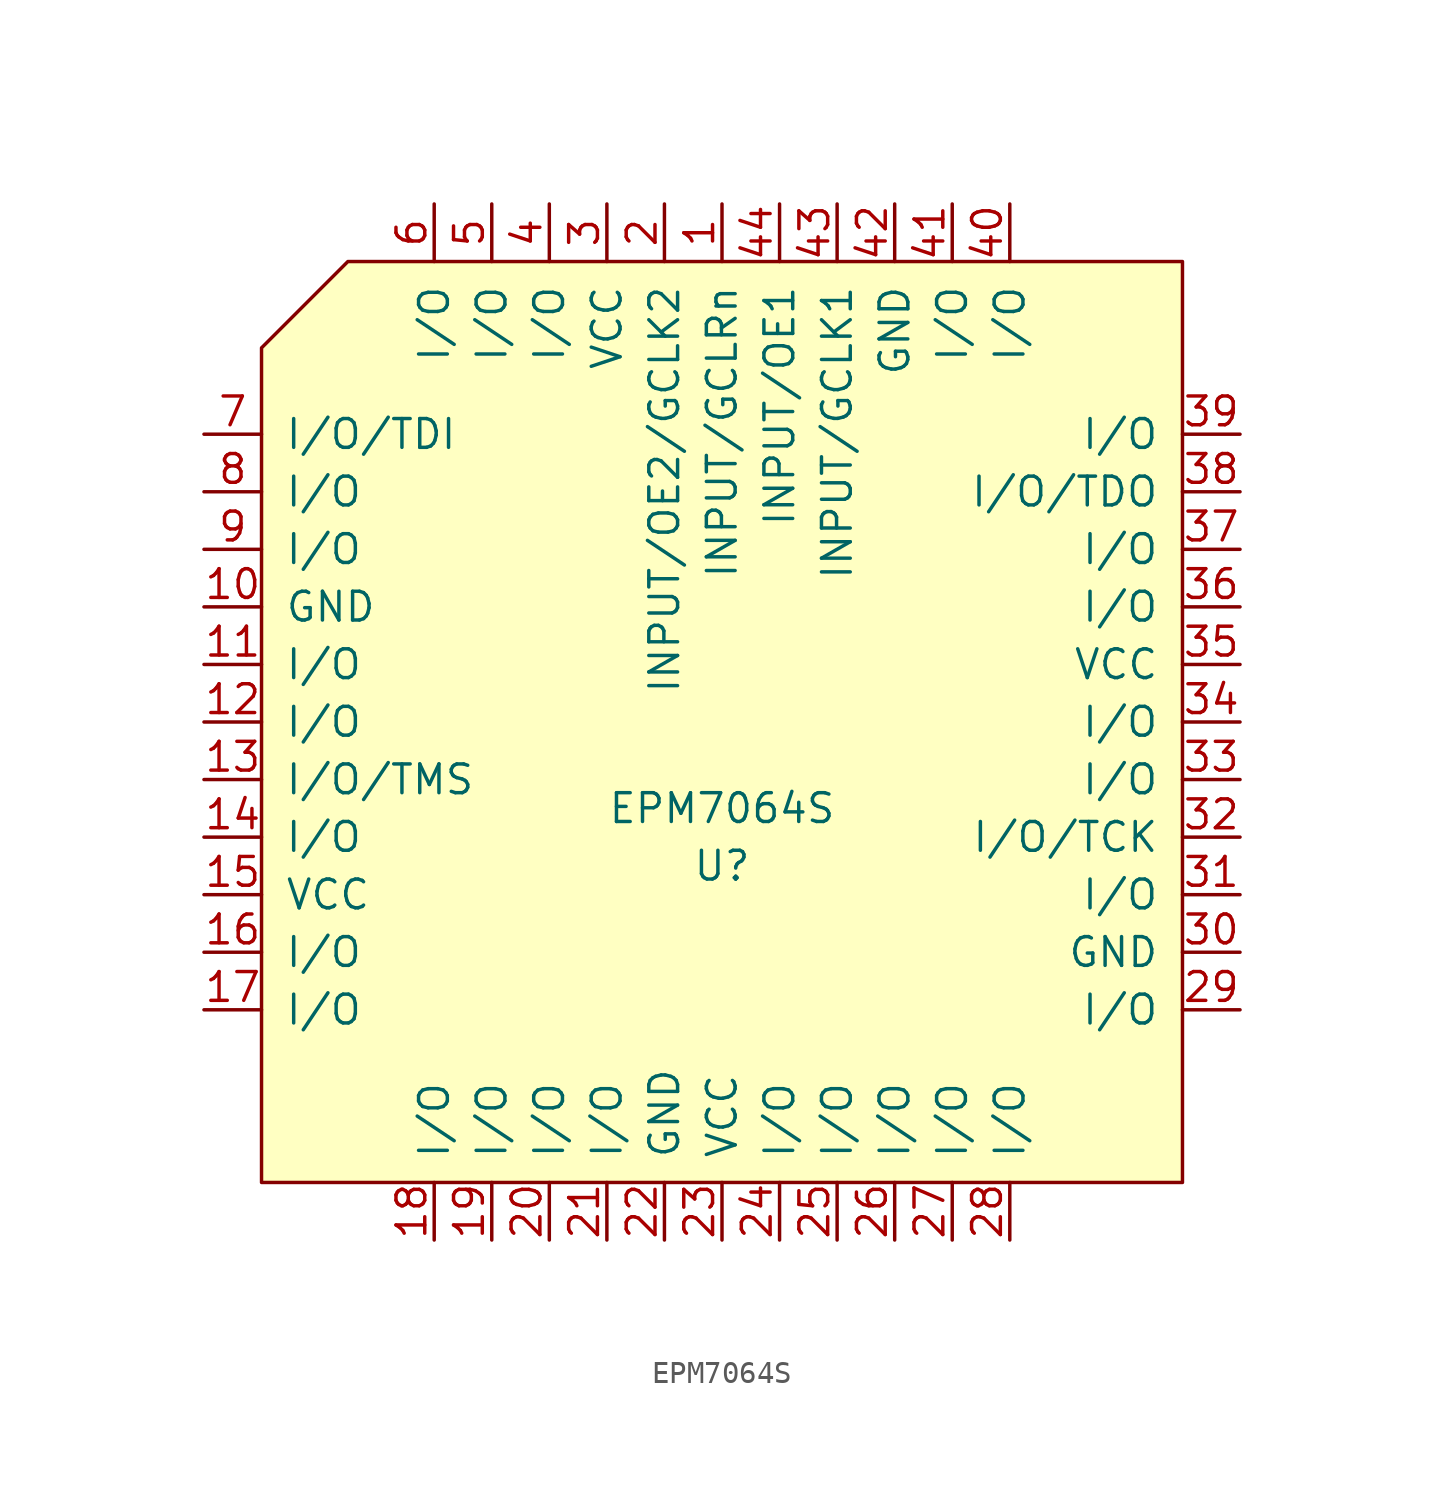
<source format=kicad_sym>
(kicad_symbol_lib
  (version 20220914)
  (generator kicad_symbol_editor)
  (symbol "EPM7064S"
    (pin_names
      (offset 1.016))
    (property "Reference" "U"
      (at 0 -6.35 0)
      (effects (font (size 1.27 1.27))))
    (property "Value" "EPM7064S"
      (at 0 -3.81 0)
      (effects (font (size 1.27 1.27))))
    (symbol "EPM7064S_0_1"
      (polyline (pts (xy 20.32 20.32) (xy 20.32 -20.32) (xy -20.32 -20.32) (xy -20.32 16.51) (xy -16.51 20.32) (xy 20.32 20.32)) (stroke (width 0) (type solid)) (fill (type background))))
    (symbol "EPM7064S_1_1"
      (pin input line (at 0 22.86 270) (length 2.54) (name "INPUT/GCLRn" (effects (font (size 1.27 1.27)))) (number "1" (effects (font (size 1.27 1.27)))))
      (pin power_in line (at -22.86 5.08 0) (length 2.54) (name "GND" (effects (font (size 1.27 1.27)))) (number "10" (effects (font (size 1.27 1.27)))))
      (pin bidirectional line (at -22.86 2.54 0) (length 2.54) (name "I/O" (effects (font (size 1.27 1.27)))) (number "11" (effects (font (size 1.27 1.27)))))
      (pin bidirectional line (at -22.86 0 0) (length 2.54) (name "I/O" (effects (font (size 1.27 1.27)))) (number "12" (effects (font (size 1.27 1.27)))))
      (pin bidirectional line (at -22.86 -2.54 0) (length 2.54) (name "I/O/TMS" (effects (font (size 1.27 1.27)))) (number "13" (effects (font (size 1.27 1.27)))))
      (pin bidirectional line (at -22.86 -5.08 0) (length 2.54) (name "I/O" (effects (font (size 1.27 1.27)))) (number "14" (effects (font (size 1.27 1.27)))))
      (pin power_in line (at -22.86 -7.62 0) (length 2.54) (name "VCC" (effects (font (size 1.27 1.27)))) (number "15" (effects (font (size 1.27 1.27)))))
      (pin bidirectional line (at -22.86 -10.16 0) (length 2.54) (name "I/O" (effects (font (size 1.27 1.27)))) (number "16" (effects (font (size 1.27 1.27)))))
      (pin bidirectional line (at -22.86 -12.7 0) (length 2.54) (name "I/O" (effects (font (size 1.27 1.27)))) (number "17" (effects (font (size 1.27 1.27)))))
      (pin input line (at -12.7 -22.86 90) (length 2.54) (name "I/O" (effects (font (size 1.27 1.27)))) (number "18" (effects (font (size 1.27 1.27)))))
      (pin input line (at -10.16 -22.86 90) (length 2.54) (name "I/O" (effects (font (size 1.27 1.27)))) (number "19" (effects (font (size 1.27 1.27)))))
      (pin input line (at -2.54 22.86 270) (length 2.54) (name "INPUT/OE2/GCLK2" (effects (font (size 1.27 1.27)))) (number "2" (effects (font (size 1.27 1.27)))))
      (pin input line (at -7.62 -22.86 90) (length 2.54) (name "I/O" (effects (font (size 1.27 1.27)))) (number "20" (effects (font (size 1.27 1.27)))))
      (pin input line (at -5.08 -22.86 90) (length 2.54) (name "I/O" (effects (font (size 1.27 1.27)))) (number "21" (effects (font (size 1.27 1.27)))))
      (pin power_in line (at -2.54 -22.86 90) (length 2.54) (name "GND" (effects (font (size 1.27 1.27)))) (number "22" (effects (font (size 1.27 1.27)))))
      (pin power_in line (at 0 -22.86 90) (length 2.54) (name "VCC" (effects (font (size 1.27 1.27)))) (number "23" (effects (font (size 1.27 1.27)))))
      (pin input line (at 2.54 -22.86 90) (length 2.54) (name "I/O" (effects (font (size 1.27 1.27)))) (number "24" (effects (font (size 1.27 1.27)))))
      (pin input line (at 5.08 -22.86 90) (length 2.54) (name "I/O" (effects (font (size 1.27 1.27)))) (number "25" (effects (font (size 1.27 1.27)))))
      (pin input line (at 7.62 -22.86 90) (length 2.54) (name "I/O" (effects (font (size 1.27 1.27)))) (number "26" (effects (font (size 1.27 1.27)))))
      (pin input line (at 10.16 -22.86 90) (length 2.54) (name "I/O" (effects (font (size 1.27 1.27)))) (number "27" (effects (font (size 1.27 1.27)))))
      (pin input line (at 12.7 -22.86 90) (length 2.54) (name "I/O" (effects (font (size 1.27 1.27)))) (number "28" (effects (font (size 1.27 1.27)))))
      (pin input line (at 22.86 -12.7 180) (length 2.54) (name "I/O" (effects (font (size 1.27 1.27)))) (number "29" (effects (font (size 1.27 1.27)))))
      (pin power_in line (at -5.08 22.86 270) (length 2.54) (name "VCC" (effects (font (size 1.27 1.27)))) (number "3" (effects (font (size 1.27 1.27)))))
      (pin power_in line (at 22.86 -10.16 180) (length 2.54) (name "GND" (effects (font (size 1.27 1.27)))) (number "30" (effects (font (size 1.27 1.27)))))
      (pin input line (at 22.86 -7.62 180) (length 2.54) (name "I/O" (effects (font (size 1.27 1.27)))) (number "31" (effects (font (size 1.27 1.27)))))
      (pin input line (at 22.86 -5.08 180) (length 2.54) (name "I/O/TCK" (effects (font (size 1.27 1.27)))) (number "32" (effects (font (size 1.27 1.27)))))
      (pin input line (at 22.86 -2.54 180) (length 2.54) (name "I/O" (effects (font (size 1.27 1.27)))) (number "33" (effects (font (size 1.27 1.27)))))
      (pin input line (at 22.86 0 180) (length 2.54) (name "I/O" (effects (font (size 1.27 1.27)))) (number "34" (effects (font (size 1.27 1.27)))))
      (pin power_in line (at 22.86 2.54 180) (length 2.54) (name "VCC" (effects (font (size 1.27 1.27)))) (number "35" (effects (font (size 1.27 1.27)))))
      (pin input line (at 22.86 5.08 180) (length 2.54) (name "I/O" (effects (font (size 1.27 1.27)))) (number "36" (effects (font (size 1.27 1.27)))))
      (pin input line (at 22.86 7.62 180) (length 2.54) (name "I/O" (effects (font (size 1.27 1.27)))) (number "37" (effects (font (size 1.27 1.27)))))
      (pin input line (at 22.86 10.16 180) (length 2.54) (name "I/O/TDO" (effects (font (size 1.27 1.27)))) (number "38" (effects (font (size 1.27 1.27)))))
      (pin input line (at 22.86 12.7 180) (length 2.54) (name "I/O" (effects (font (size 1.27 1.27)))) (number "39" (effects (font (size 1.27 1.27)))))
      (pin bidirectional line (at -7.62 22.86 270) (length 2.54) (name "I/O" (effects (font (size 1.27 1.27)))) (number "4" (effects (font (size 1.27 1.27)))))
      (pin input line (at 12.7 22.86 270) (length 2.54) (name "I/O" (effects (font (size 1.27 1.27)))) (number "40" (effects (font (size 1.27 1.27)))))
      (pin input line (at 10.16 22.86 270) (length 2.54) (name "I/O" (effects (font (size 1.27 1.27)))) (number "41" (effects (font (size 1.27 1.27)))))
      (pin power_in line (at 7.62 22.86 270) (length 2.54) (name "GND" (effects (font (size 1.27 1.27)))) (number "42" (effects (font (size 1.27 1.27)))))
      (pin input line (at 5.08 22.86 270) (length 2.54) (name "INPUT/GCLK1" (effects (font (size 1.27 1.27)))) (number "43" (effects (font (size 1.27 1.27)))))
      (pin input line (at 2.54 22.86 270) (length 2.54) (name "INPUT/OE1" (effects (font (size 1.27 1.27)))) (number "44" (effects (font (size 1.27 1.27)))))
      (pin bidirectional line (at -10.16 22.86 270) (length 2.54) (name "I/O" (effects (font (size 1.27 1.27)))) (number "5" (effects (font (size 1.27 1.27)))))
      (pin bidirectional line (at -12.7 22.86 270) (length 2.54) (name "I/O" (effects (font (size 1.27 1.27)))) (number "6" (effects (font (size 1.27 1.27)))))
      (pin bidirectional line (at -22.86 12.7 0) (length 2.54) (name "I/O/TDI" (effects (font (size 1.27 1.27)))) (number "7" (effects (font (size 1.27 1.27)))))
      (pin bidirectional line (at -22.86 10.16 0) (length 2.54) (name "I/O" (effects (font (size 1.27 1.27)))) (number "8" (effects (font (size 1.27 1.27)))))
      (pin bidirectional line (at -22.86 7.62 0) (length 2.54) (name "I/O" (effects (font (size 1.27 1.27)))) (number "9" (effects (font (size 1.27 1.27))))))))
</source>
